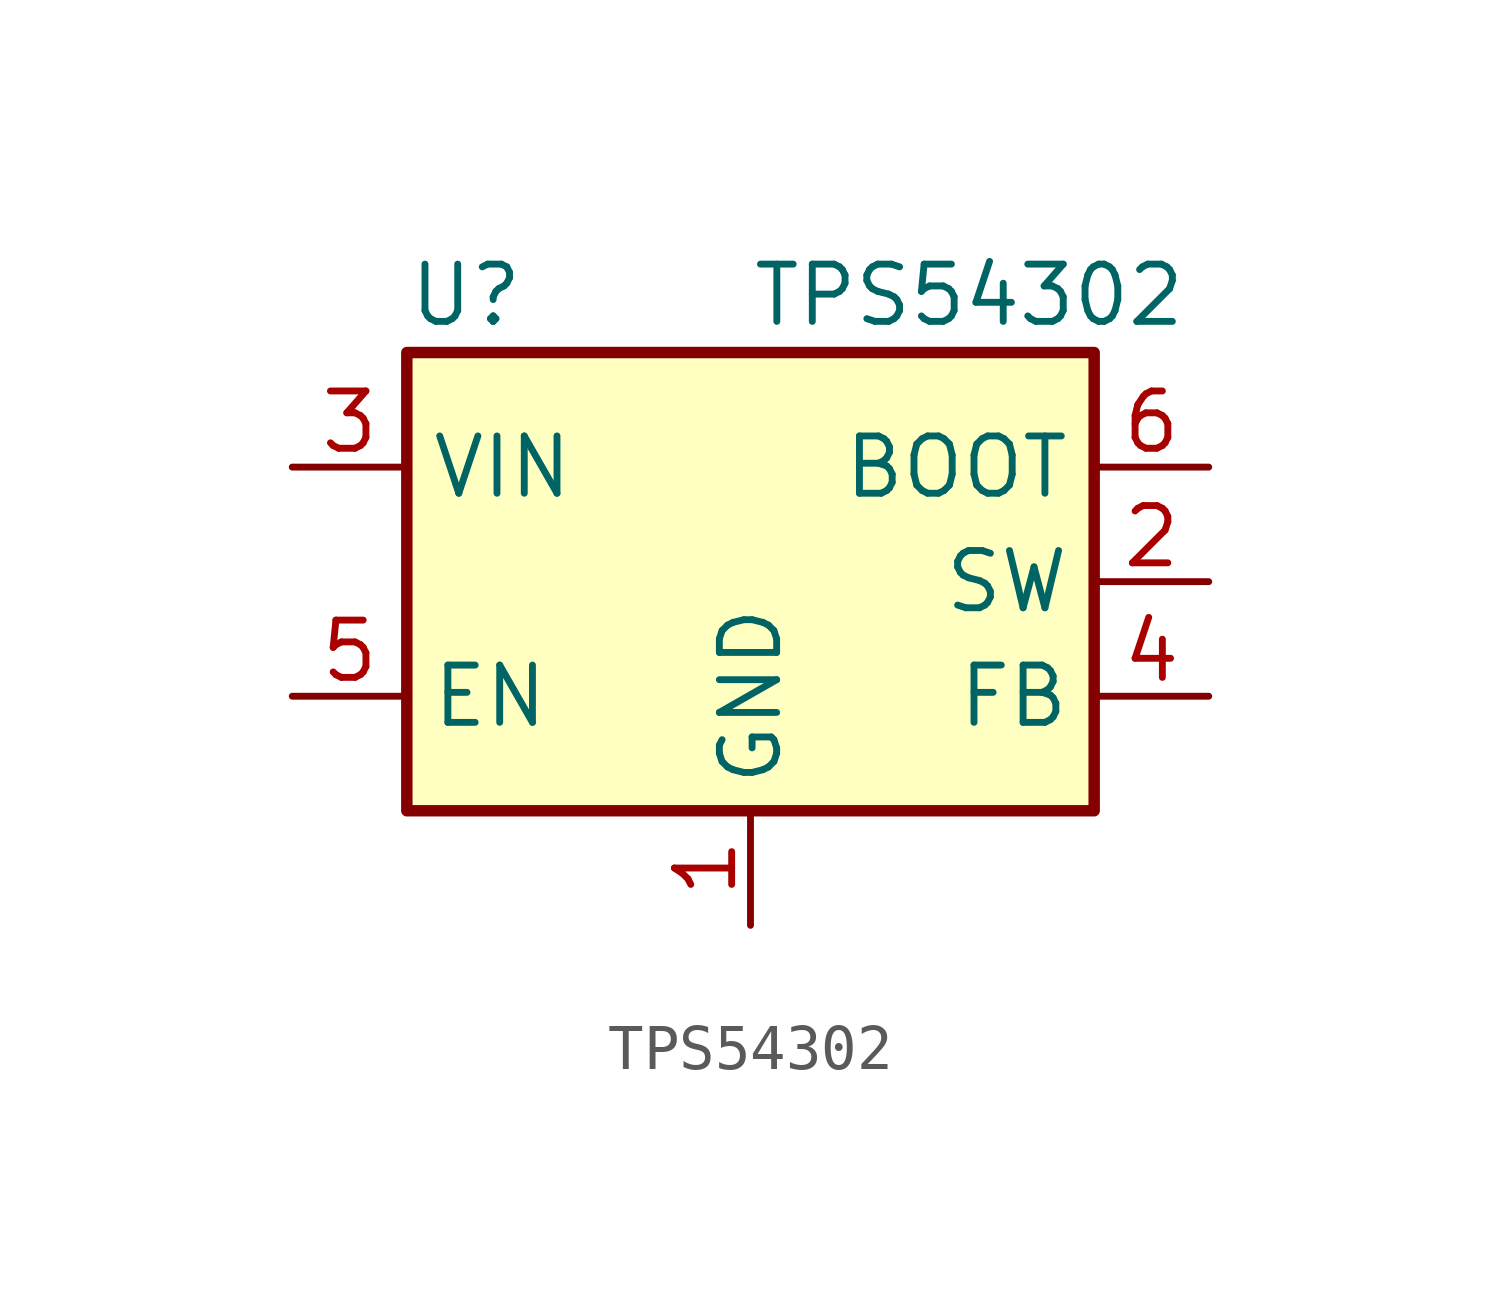
<source format=kicad_sym>
(kicad_symbol_lib
  (version 20231120)
  (generator "kicad_symbol_editor")
  (generator_version "8.0")
  (symbol "TPS54302"
    (property "Reference" "U"
      (at -7.62 6.35 0)
      (effects (font (size 1.27 1.27)) (justify left)))
    (property "Value" "TPS54302"
      (at 0 6.35 0)
      (effects (font (size 1.27 1.27)) (justify left)))
    (symbol "TPS54302_0_1"
      (rectangle (start -7.62 5.08) (end 7.62 -5.08) (stroke (width 0.254) (type default)) (fill (type background))))
    (symbol "TPS54302_1_1"
      (pin power_in line (at 0 -7.62 90) (length 2.54) (name "GND" (effects (font (size 1.27 1.27)))) (number "1" (effects (font (size 1.27 1.27)))))
      (pin power_out line (at 10.16 0 180) (length 2.54) (name "SW" (effects (font (size 1.27 1.27)))) (number "2" (effects (font (size 1.27 1.27)))))
      (pin power_in line (at -10.16 2.54 0) (length 2.54) (name "VIN" (effects (font (size 1.27 1.27)))) (number "3" (effects (font (size 1.27 1.27)))))
      (pin input line (at 10.16 -2.54 180) (length 2.54) (name "FB" (effects (font (size 1.27 1.27)))) (number "4" (effects (font (size 1.27 1.27)))))
      (pin input line (at -10.16 -2.54 0) (length 2.54) (name "EN" (effects (font (size 1.27 1.27)))) (number "5" (effects (font (size 1.27 1.27)))))
      (pin passive line (at 10.16 2.54 180) (length 2.54) (name "BOOT" (effects (font (size 1.27 1.27)))) (number "6" (effects (font (size 1.27 1.27))))))))
</source>
